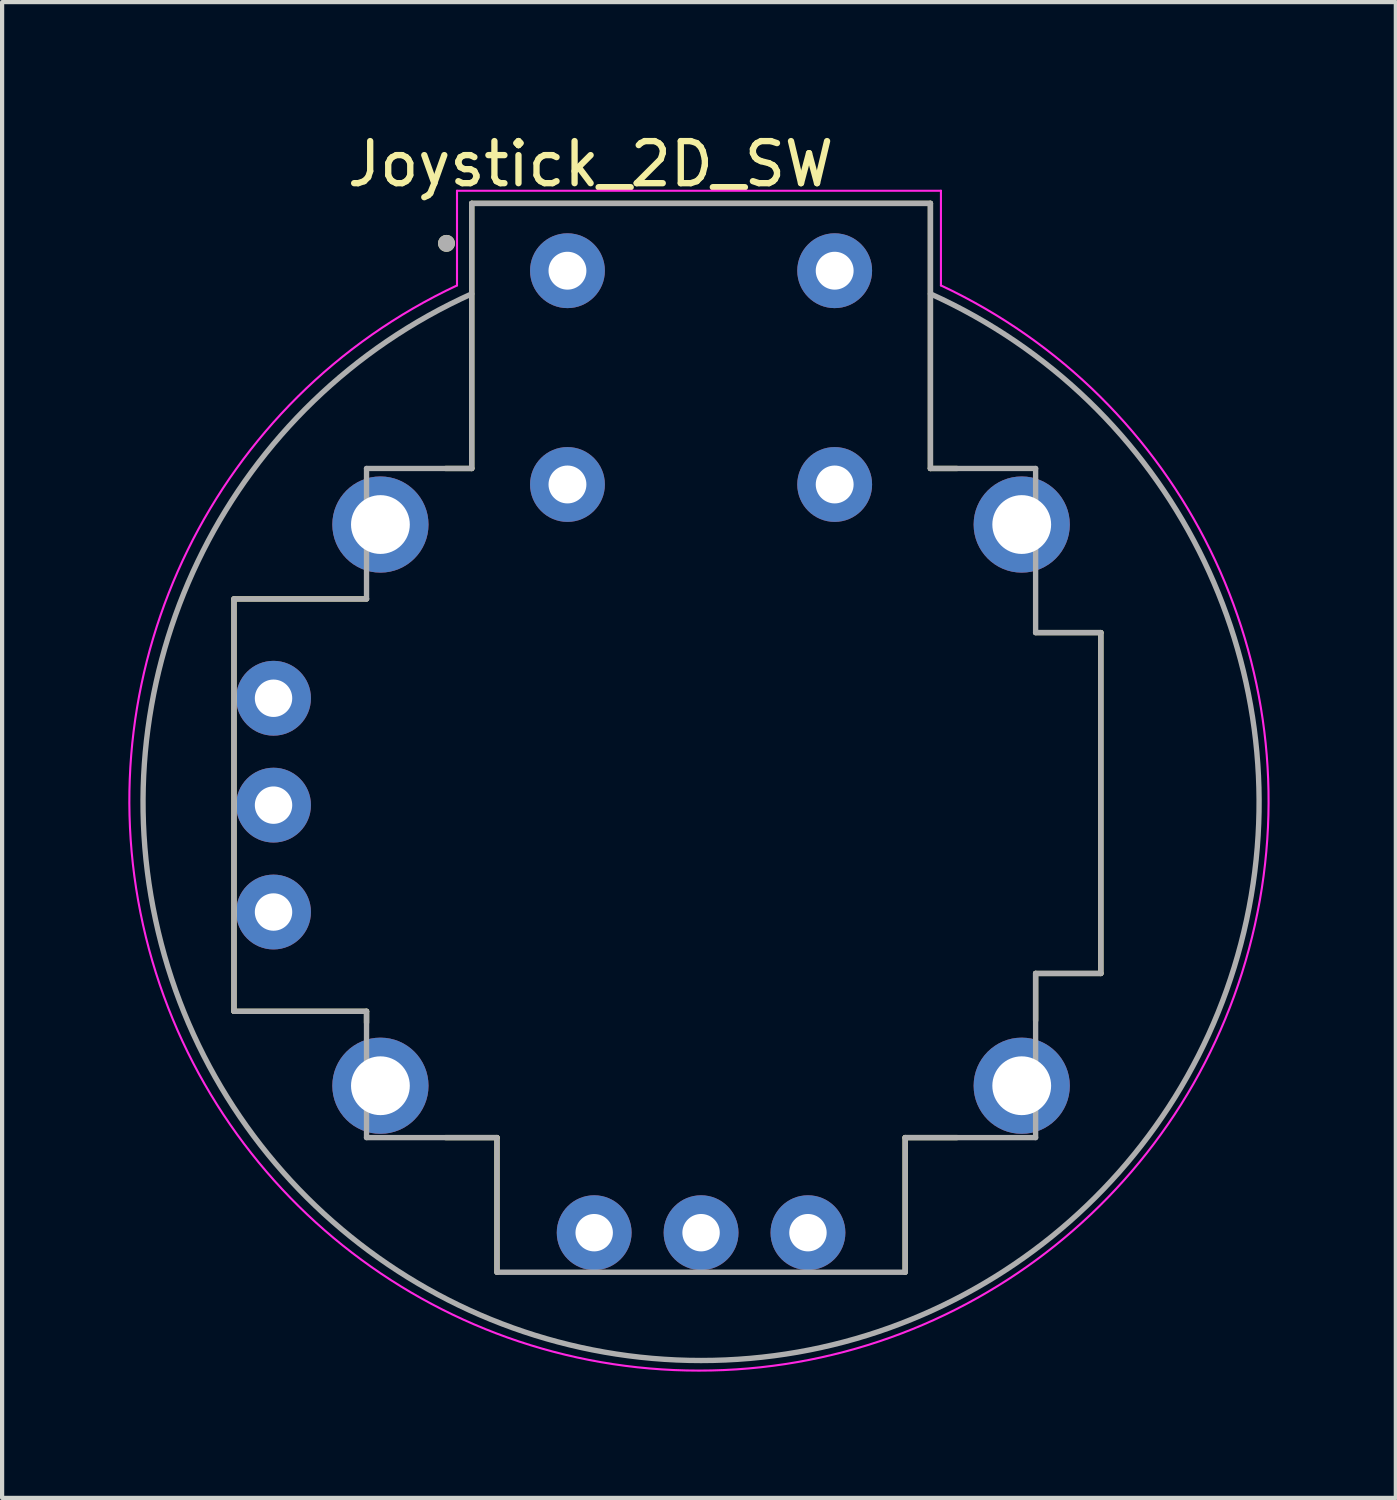
<source format=kicad_pcb>
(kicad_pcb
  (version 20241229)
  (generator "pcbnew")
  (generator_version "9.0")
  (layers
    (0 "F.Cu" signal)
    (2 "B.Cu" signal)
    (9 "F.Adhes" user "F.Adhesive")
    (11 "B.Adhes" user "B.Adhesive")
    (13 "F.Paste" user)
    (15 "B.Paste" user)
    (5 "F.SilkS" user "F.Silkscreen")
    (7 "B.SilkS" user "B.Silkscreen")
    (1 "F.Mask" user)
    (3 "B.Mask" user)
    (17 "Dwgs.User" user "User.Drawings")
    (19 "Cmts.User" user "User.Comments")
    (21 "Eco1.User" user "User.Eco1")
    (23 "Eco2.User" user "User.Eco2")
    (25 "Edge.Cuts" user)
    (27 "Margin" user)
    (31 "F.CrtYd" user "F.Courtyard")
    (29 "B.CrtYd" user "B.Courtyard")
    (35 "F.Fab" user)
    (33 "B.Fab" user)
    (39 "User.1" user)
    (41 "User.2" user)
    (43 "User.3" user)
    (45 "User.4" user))
  (footprint "Joystick_2D_SW"
    (layer "F.Cu")
    (at 13.61 16.083)
    (property "Reference" "Joystick_2D_SW" (at -2.625 -15.235 0) (layer "F.SilkS") (effects (font (size 1 1) (thickness 0.15))))
    (attr through_hole)
    (fp_line (start -11.1 -4.9) (end -7.95 -4.9) (stroke (width 0.127) (type solid)) (layer "F.SilkS"))
    (fp_line (start -11.1 4.9) (end -11.1 -4.9) (stroke (width 0.127) (type solid)) (layer "F.SilkS"))
    (fp_line (start -7.95 4.9) (end -11.1 4.9) (stroke (width 0.127) (type solid)) (layer "F.SilkS"))
    (fp_line (start -7.95 5.17) (end -7.95 4.9) (stroke (width 0.127) (type solid)) (layer "F.SilkS"))
    (fp_line (start -6.07 -8) (end -5.45 -8) (stroke (width 0.127) (type solid)) (layer "F.SilkS"))
    (fp_line (start -5.45 -14.3) (end 5.45 -14.3) (stroke (width 0.127) (type solid)) (layer "F.SilkS"))
    (fp_line (start -5.45 -8) (end -5.45 -14.3) (stroke (width 0.127) (type solid)) (layer "F.SilkS"))
    (fp_line (start -4.85 7.9) (end -6.07 7.9) (stroke (width 0.127) (type solid)) (layer "F.SilkS"))
    (fp_line (start -4.85 11.1) (end -4.85 7.9) (stroke (width 0.127) (type solid)) (layer "F.SilkS"))
    (fp_line (start 4.85 7.9) (end 4.85 11.1) (stroke (width 0.127) (type solid)) (layer "F.SilkS"))
    (fp_line (start 5.45 -14.3) (end 5.45 -8) (stroke (width 0.127) (type solid)) (layer "F.SilkS"))
    (fp_line (start 5.45 -8) (end 6.08 -8) (stroke (width 0.127) (type solid)) (layer "F.SilkS"))
    (fp_line (start 6.08 7.9) (end 4.85 7.9) (stroke (width 0.127) (type solid)) (layer "F.SilkS"))
    (fp_line (start 7.95 -4.1) (end 9.5 -4.1) (stroke (width 0.127) (type solid)) (layer "F.SilkS"))
    (fp_line (start 7.95 4) (end 7.95 5.12) (stroke (width 0.127) (type solid)) (layer "F.SilkS"))
    (fp_line (start 9.5 -4.1) (end 9.5 4) (stroke (width 0.127) (type solid)) (layer "F.SilkS"))
    (fp_line (start 9.5 4) (end 7.95 4) (stroke (width 0.127) (type solid)) (layer "F.SilkS"))
    (fp_circle (center -6.05 -13.35) (end -5.95 -13.35) (stroke (width 0.2) (type solid)) (fill no) (layer "F.SilkS"))
    (fp_line (start -5.8 -14.6) (end 5.7 -14.6) (stroke (width 0.05) (type solid)) (layer "F.CrtYd"))
    (fp_line (start -5.8 -12.35) (end -5.8 -14.6) (stroke (width 0.05) (type solid)) (layer "F.CrtYd"))
    (fp_line (start 5.7 -14.6) (end 5.7 -12.35) (stroke (width 0.05) (type solid)) (layer "F.CrtYd"))
    (fp_arc (start 5.7 -12.35) (mid -0.05 13.437438) (end -5.8 -12.35) (stroke (width 0.05) (type solid)) (layer "F.CrtYd"))
    (fp_line (start -11.1 -4.9) (end -11.1 4.9) (stroke (width 0.127) (type solid)) (layer "F.Fab"))
    (fp_line (start -7.95 -4.9) (end -11.1 -4.9) (stroke (width 0.127) (type solid)) (layer "F.Fab"))
    (fp_line (start -7.95 -4.9) (end -7.95 -8) (stroke (width 0.127) (type solid)) (layer "F.Fab"))
    (fp_line (start -7.95 4.9) (end -11.1 4.9) (stroke (width 0.127) (type solid)) (layer "F.Fab"))
    (fp_line (start -7.95 4.9) (end -7.95 7.9) (stroke (width 0.127) (type solid)) (layer "F.Fab"))
    (fp_line (start -5.45 -14.3) (end -5.45 -8) (stroke (width 0.127) (type solid)) (layer "F.Fab"))
    (fp_line (start -5.45 -8) (end -7.95 -8) (stroke (width 0.127) (type solid)) (layer "F.Fab"))
    (fp_line (start -4.85 7.9) (end -7.95 7.9) (stroke (width 0.127) (type solid)) (layer "F.Fab"))
    (fp_line (start -4.85 11.1) (end -4.85 7.9) (stroke (width 0.127) (type solid)) (layer "F.Fab"))
    (fp_line (start 4.85 7.9) (end 7.95 7.9) (stroke (width 0.127) (type solid)) (layer "F.Fab"))
    (fp_line (start 4.85 11.1) (end -4.85 11.1) (stroke (width 0.127) (type solid)) (layer "F.Fab"))
    (fp_line (start 4.85 11.1) (end 4.85 7.9) (stroke (width 0.127) (type solid)) (layer "F.Fab"))
    (fp_line (start 5.45 -14.3) (end -5.45 -14.3) (stroke (width 0.127) (type solid)) (layer "F.Fab"))
    (fp_line (start 5.45 -14.3) (end 5.45 -8) (stroke (width 0.127) (type solid)) (layer "F.Fab"))
    (fp_line (start 7.95 -8) (end 5.45 -8) (stroke (width 0.127) (type solid)) (layer "F.Fab"))
    (fp_line (start 7.95 -4.1) (end 7.95 -8) (stroke (width 0.127) (type solid)) (layer "F.Fab"))
    (fp_line (start 7.95 -4.1) (end 9.5 -4.1) (stroke (width 0.127) (type solid)) (layer "F.Fab"))
    (fp_line (start 7.95 4) (end 7.95 7.9) (stroke (width 0.127) (type solid)) (layer "F.Fab"))
    (fp_line (start 7.95 4) (end 9.5 4) (stroke (width 0.127) (type solid)) (layer "F.Fab"))
    (fp_line (start 9.5 -4.1) (end 9.5 4) (stroke (width 0.127) (type solid)) (layer "F.Fab"))
    (fp_arc (start 5.45 -12.15) (mid 0 13.197504) (end -5.45 -12.15) (stroke (width 0.127) (type solid)) (layer "F.Fab"))
    (fp_circle (center -6.05 -13.35) (end -5.95 -13.35) (stroke (width 0.2) (type solid)) (fill no) (layer "F.Fab"))
    (pad "1" thru_hole circle (at -3.175 -12.7) (size 1.778 1.778) (drill 0.9) (layers "*.Cu" "*.Mask"))
    (pad "1" thru_hole circle (at 3.175 -12.7) (size 1.778 1.778) (drill 0.9) (layers "*.Cu" "*.Mask"))
    (pad "2" thru_hole circle (at -3.175 -7.62) (size 1.778 1.778) (drill 0.9) (layers "*.Cu" "*.Mask"))
    (pad "2" thru_hole circle (at 3.175 -7.62) (size 1.778 1.778) (drill 0.9) (layers "*.Cu" "*.Mask"))
    (pad "3" thru_hole circle (at -10.16 -2.54) (size 1.778 1.778) (drill 0.889) (layers "*.Cu" "*.Mask"))
    (pad "4" thru_hole circle (at -10.16 0) (size 1.778 1.778) (drill 0.889) (layers "*.Cu" "*.Mask"))
    (pad "5" thru_hole circle (at -10.16 2.54) (size 1.778 1.778) (drill 0.889) (layers "*.Cu" "*.Mask"))
    (pad "6" thru_hole circle (at -2.54 10.16) (size 1.778 1.778) (drill 0.889) (layers "*.Cu" "*.Mask"))
    (pad "7" thru_hole circle (at 0 10.16) (size 1.778 1.778) (drill 0.889) (layers "*.Cu" "*.Mask"))
    (pad "8" thru_hole circle (at 2.54 10.16) (size 1.778 1.778) (drill 0.889) (layers "*.Cu" "*.Mask"))
    (pad "9" thru_hole circle (at -7.62 -6.668) (size 2.286 2.286) (drill 1.397) (layers "*.Cu" "*.Mask"))
    (pad "9" thru_hole circle (at -7.62 6.668) (size 2.286 2.286) (drill 1.397) (layers "*.Cu" "*.Mask"))
    (pad "9" thru_hole circle (at 7.62 -6.668) (size 2.286 2.286) (drill 1.397) (layers "*.Cu" "*.Mask"))
    (pad "9" thru_hole circle (at 7.62 6.668) (size 2.286 2.286) (drill 1.397) (layers "*.Cu" "*.Mask")))
  (gr_rect
    (start -3 -3)
    (end 30.12 32.546)
    (stroke (width 0.1) (type default))
    (fill no)
    (layer "Edge.Cuts")))
</source>
